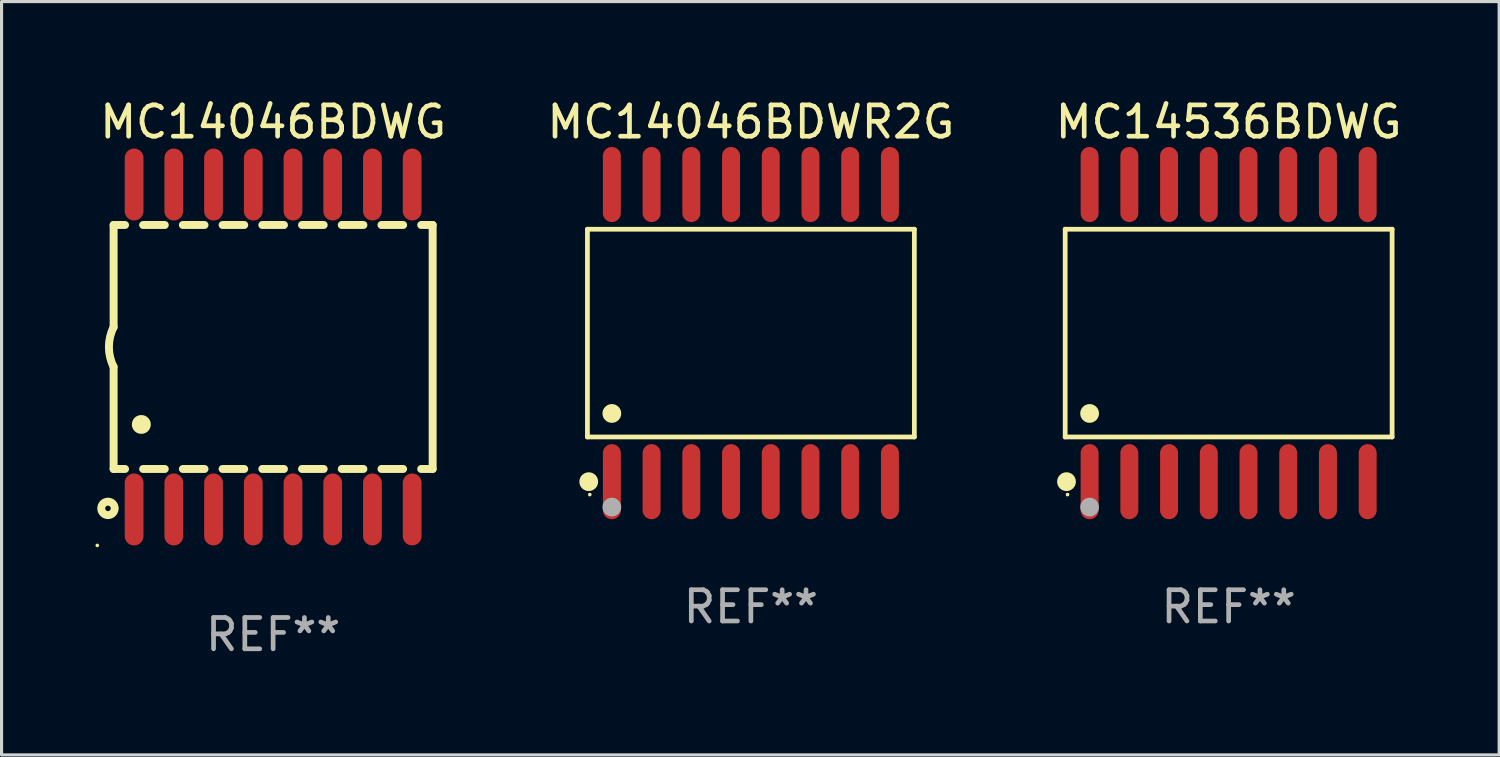
<source format=kicad_pcb>
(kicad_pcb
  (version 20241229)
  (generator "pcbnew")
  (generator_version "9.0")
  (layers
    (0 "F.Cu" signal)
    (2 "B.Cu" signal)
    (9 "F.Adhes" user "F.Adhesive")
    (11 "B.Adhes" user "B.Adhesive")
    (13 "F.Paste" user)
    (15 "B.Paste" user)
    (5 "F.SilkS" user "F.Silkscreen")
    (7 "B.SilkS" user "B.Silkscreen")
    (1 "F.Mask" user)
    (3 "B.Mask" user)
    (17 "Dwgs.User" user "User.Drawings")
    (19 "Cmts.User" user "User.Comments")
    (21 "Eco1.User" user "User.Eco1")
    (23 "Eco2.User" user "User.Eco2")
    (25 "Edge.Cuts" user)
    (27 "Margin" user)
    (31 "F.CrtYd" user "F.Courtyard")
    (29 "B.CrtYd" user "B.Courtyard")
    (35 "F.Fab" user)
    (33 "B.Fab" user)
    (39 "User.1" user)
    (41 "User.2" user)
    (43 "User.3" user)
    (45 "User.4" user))
  (footprint "MC14046BDWR2G"
    (layer "F.Cu")
    (at 20.956 7.599)
    (property "Reference" "MC14046BDWR2G" (at 0 -6.75 0) (layer "F.SilkS") (effects (font (size 1 1) (thickness 0.15))))
    (attr through_hole)
    (fp_line (start -5.226 -3.321) (end 5.226 -3.321) (stroke (width 0.152) (type solid)) (layer "F.SilkS"))
    (fp_line (start -5.226 3.321) (end -5.226 -3.321) (stroke (width 0.152) (type solid)) (layer "F.SilkS"))
    (fp_line (start 5.226 -3.321) (end 5.226 3.321) (stroke (width 0.152) (type solid)) (layer "F.SilkS"))
    (fp_line (start 5.226 3.321) (end -5.226 3.321) (stroke (width 0.152) (type solid)) (layer "F.SilkS"))
    (fp_circle (center -5.184 4.75) (end -5.034 4.75) (stroke (width 0.3) (type solid)) (fill no) (layer "F.SilkS"))
    (fp_circle (center -5.15 5.163) (end -5.12 5.163) (stroke (width 0.06) (type solid)) (fill no) (layer "F.SilkS"))
    (fp_circle (center -4.445 2.569) (end -4.295 2.569) (stroke (width 0.3) (type solid)) (fill no) (layer "F.SilkS"))
    (fp_circle (center -4.445 5.563) (end -4.295 5.563) (stroke (width 0.3) (type solid)) (fill no) (layer "F.Fab"))
    (fp_text user "REF**" (at 0 8.75 0) (layer "F.Fab") (effects (font (size 1 1) (thickness 0.15))))
    (pad "1" smd oval (at -4.445 4.75) (size 0.574 2.401) (layers "F.Cu" "F.Mask" "F.Paste"))
    (pad "2" smd oval (at -3.175 4.75) (size 0.574 2.401) (layers "F.Cu" "F.Mask" "F.Paste"))
    (pad "3" smd oval (at -1.905 4.75) (size 0.574 2.401) (layers "F.Cu" "F.Mask" "F.Paste"))
    (pad "4" smd oval (at -0.635 4.75) (size 0.574 2.401) (layers "F.Cu" "F.Mask" "F.Paste"))
    (pad "5" smd oval (at 0.635 4.75) (size 0.574 2.401) (layers "F.Cu" "F.Mask" "F.Paste"))
    (pad "6" smd oval (at 1.905 4.75) (size 0.574 2.401) (layers "F.Cu" "F.Mask" "F.Paste"))
    (pad "7" smd oval (at 3.175 4.75) (size 0.574 2.401) (layers "F.Cu" "F.Mask" "F.Paste"))
    (pad "8" smd oval (at 4.445 4.75) (size 0.574 2.401) (layers "F.Cu" "F.Mask" "F.Paste"))
    (pad "9" smd oval (at 4.445 -4.75) (size 0.574 2.401) (layers "F.Cu" "F.Mask" "F.Paste"))
    (pad "10" smd oval (at 3.175 -4.75) (size 0.574 2.401) (layers "F.Cu" "F.Mask" "F.Paste"))
    (pad "11" smd oval (at 1.905 -4.75) (size 0.574 2.401) (layers "F.Cu" "F.Mask" "F.Paste"))
    (pad "12" smd oval (at 0.635 -4.75) (size 0.574 2.401) (layers "F.Cu" "F.Mask" "F.Paste"))
    (pad "13" smd oval (at -0.635 -4.75) (size 0.574 2.401) (layers "F.Cu" "F.Mask" "F.Paste"))
    (pad "14" smd oval (at -1.905 -4.75) (size 0.574 2.401) (layers "F.Cu" "F.Mask" "F.Paste"))
    (pad "15" smd oval (at -3.175 -4.75) (size 0.574 2.401) (layers "F.Cu" "F.Mask" "F.Paste"))
    (pad "16" smd oval (at -4.445 -4.75) (size 0.574 2.401) (layers "F.Cu" "F.Mask" "F.Paste")))
  (footprint "MC14536BDWG"
    (layer "F.Cu")
    (at 36.23 7.599)
    (property "Reference" "MC14536BDWG" (at 0 -6.75 0) (layer "F.SilkS") (effects (font (size 1 1) (thickness 0.15))))
    (attr through_hole)
    (fp_line (start -5.226 -3.321) (end 5.226 -3.321) (stroke (width 0.152) (type solid)) (layer "F.SilkS"))
    (fp_line (start -5.226 3.321) (end -5.226 -3.321) (stroke (width 0.152) (type solid)) (layer "F.SilkS"))
    (fp_line (start 5.226 -3.321) (end 5.226 3.321) (stroke (width 0.152) (type solid)) (layer "F.SilkS"))
    (fp_line (start 5.226 3.321) (end -5.226 3.321) (stroke (width 0.152) (type solid)) (layer "F.SilkS"))
    (fp_circle (center -5.184 4.75) (end -5.034 4.75) (stroke (width 0.3) (type solid)) (fill no) (layer "F.SilkS"))
    (fp_circle (center -5.15 5.163) (end -5.12 5.163) (stroke (width 0.06) (type solid)) (fill no) (layer "F.SilkS"))
    (fp_circle (center -4.445 2.569) (end -4.295 2.569) (stroke (width 0.3) (type solid)) (fill no) (layer "F.SilkS"))
    (fp_circle (center -4.445 5.563) (end -4.295 5.563) (stroke (width 0.3) (type solid)) (fill no) (layer "F.Fab"))
    (fp_text user "REF**" (at 0 8.75 0) (layer "F.Fab") (effects (font (size 1 1) (thickness 0.15))))
    (pad "1" smd oval (at -4.445 4.75) (size 0.574 2.401) (layers "F.Cu" "F.Mask" "F.Paste"))
    (pad "2" smd oval (at -3.175 4.75) (size 0.574 2.401) (layers "F.Cu" "F.Mask" "F.Paste"))
    (pad "3" smd oval (at -1.905 4.75) (size 0.574 2.401) (layers "F.Cu" "F.Mask" "F.Paste"))
    (pad "4" smd oval (at -0.635 4.75) (size 0.574 2.401) (layers "F.Cu" "F.Mask" "F.Paste"))
    (pad "5" smd oval (at 0.635 4.75) (size 0.574 2.401) (layers "F.Cu" "F.Mask" "F.Paste"))
    (pad "6" smd oval (at 1.905 4.75) (size 0.574 2.401) (layers "F.Cu" "F.Mask" "F.Paste"))
    (pad "7" smd oval (at 3.175 4.75) (size 0.574 2.401) (layers "F.Cu" "F.Mask" "F.Paste"))
    (pad "8" smd oval (at 4.445 4.75) (size 0.574 2.401) (layers "F.Cu" "F.Mask" "F.Paste"))
    (pad "9" smd oval (at 4.445 -4.75) (size 0.574 2.401) (layers "F.Cu" "F.Mask" "F.Paste"))
    (pad "10" smd oval (at 3.175 -4.75) (size 0.574 2.401) (layers "F.Cu" "F.Mask" "F.Paste"))
    (pad "11" smd oval (at 1.905 -4.75) (size 0.574 2.401) (layers "F.Cu" "F.Mask" "F.Paste"))
    (pad "12" smd oval (at 0.635 -4.75) (size 0.574 2.401) (layers "F.Cu" "F.Mask" "F.Paste"))
    (pad "13" smd oval (at -0.635 -4.75) (size 0.574 2.401) (layers "F.Cu" "F.Mask" "F.Paste"))
    (pad "14" smd oval (at -1.905 -4.75) (size 0.574 2.401) (layers "F.Cu" "F.Mask" "F.Paste"))
    (pad "15" smd oval (at -3.175 -4.75) (size 0.574 2.401) (layers "F.Cu" "F.Mask" "F.Paste"))
    (pad "16" smd oval (at -4.445 -4.75) (size 0.574 2.401) (layers "F.Cu" "F.Mask" "F.Paste")))
  (footprint "MC14046BDWG"
    (layer "F.Cu")
    (at 5.682 8.043)
    (property "Reference" "MC14046BDWG" (at 0 -7.194 0) (layer "F.SilkS") (effects (font (size 1 1) (thickness 0.15))))
    (attr through_hole)
    (fp_line (start -5.1 -3.9) (end -5.1 -0.635) (stroke (width 0.254) (type solid)) (layer "F.SilkS"))
    (fp_line (start -5.1 -3.9) (end -4.734 -3.9) (stroke (width 0.254) (type solid)) (layer "F.SilkS"))
    (fp_line (start -5.1 3.9) (end -5.1 0.635) (stroke (width 0.254) (type solid)) (layer "F.SilkS"))
    (fp_line (start -5.1 3.9) (end -4.734 3.9) (stroke (width 0.254) (type solid)) (layer "F.SilkS"))
    (fp_line (start -4.156 -3.9) (end -3.464 -3.9) (stroke (width 0.254) (type solid)) (layer "F.SilkS"))
    (fp_line (start -4.156 3.9) (end -3.464 3.9) (stroke (width 0.254) (type solid)) (layer "F.SilkS"))
    (fp_line (start -2.886 -3.9) (end -2.194 -3.9) (stroke (width 0.254) (type solid)) (layer "F.SilkS"))
    (fp_line (start -2.886 3.9) (end -2.194 3.9) (stroke (width 0.254) (type solid)) (layer "F.SilkS"))
    (fp_line (start -1.616 -3.9) (end -0.924 -3.9) (stroke (width 0.254) (type solid)) (layer "F.SilkS"))
    (fp_line (start -1.616 3.9) (end -0.924 3.9) (stroke (width 0.254) (type solid)) (layer "F.SilkS"))
    (fp_line (start -0.346 -3.9) (end 0.346 -3.9) (stroke (width 0.254) (type solid)) (layer "F.SilkS"))
    (fp_line (start -0.346 3.9) (end 0.346 3.9) (stroke (width 0.254) (type solid)) (layer "F.SilkS"))
    (fp_line (start 0.924 -3.9) (end 1.616 -3.9) (stroke (width 0.254) (type solid)) (layer "F.SilkS"))
    (fp_line (start 0.924 3.9) (end 1.616 3.9) (stroke (width 0.254) (type solid)) (layer "F.SilkS"))
    (fp_line (start 2.194 -3.9) (end 2.886 -3.9) (stroke (width 0.254) (type solid)) (layer "F.SilkS"))
    (fp_line (start 2.194 3.9) (end 2.886 3.9) (stroke (width 0.254) (type solid)) (layer "F.SilkS"))
    (fp_line (start 3.464 -3.9) (end 4.156 -3.9) (stroke (width 0.254) (type solid)) (layer "F.SilkS"))
    (fp_line (start 3.464 3.9) (end 4.156 3.9) (stroke (width 0.254) (type solid)) (layer "F.SilkS"))
    (fp_line (start 4.734 -3.9) (end 5.1 -3.9) (stroke (width 0.254) (type solid)) (layer "F.SilkS"))
    (fp_line (start 4.734 3.9) (end 5.1 3.9) (stroke (width 0.254) (type solid)) (layer "F.SilkS"))
    (fp_line (start 5.1 3.9) (end 5.1 -3.9) (stroke (width 0.254) (type solid)) (layer "F.SilkS"))
    (fp_arc (start -5.100343 0.635002) (mid -5.25016 -0.00003) (end -5.100089 -0.635001) (stroke (width 0.254001) (type solid)) (layer "F.SilkS"))
    (fp_arc (start -4.216421 2.476505) (mid -4.213881 2.476494) (end -4.211341 2.476505) (stroke (width 0.6) (type solid)) (layer "F.SilkS"))
    (fp_circle (center -5.622 6.344) (end -5.592 6.344) (stroke (width 0.06) (type solid)) (fill no) (layer "F.SilkS"))
    (fp_circle (center -5.28 5.16) (end -5.065 5.16) (stroke (width 0.254) (type solid)) (fill no) (layer "F.SilkS"))
    (fp_text user "REF**" (at 0 9.194 0) (layer "F.Fab") (effects (font (size 1 1) (thickness 0.15))))
    (pad "1" smd oval (at -4.445 5.194 180) (size 0.6 2.3) (layers "F.Cu" "F.Mask" "F.Paste"))
    (pad "2" smd oval (at -3.175 5.194 180) (size 0.6 2.3) (layers "F.Cu" "F.Mask" "F.Paste"))
    (pad "3" smd oval (at -1.905 5.194 180) (size 0.6 2.3) (layers "F.Cu" "F.Mask" "F.Paste"))
    (pad "4" smd oval (at -0.635 5.194 180) (size 0.6 2.3) (layers "F.Cu" "F.Mask" "F.Paste"))
    (pad "5" smd oval (at 0.635 5.194 180) (size 0.6 2.3) (layers "F.Cu" "F.Mask" "F.Paste"))
    (pad "6" smd oval (at 1.905 5.194 180) (size 0.6 2.3) (layers "F.Cu" "F.Mask" "F.Paste"))
    (pad "7" smd oval (at 3.175 5.194 180) (size 0.6 2.3) (layers "F.Cu" "F.Mask" "F.Paste"))
    (pad "8" smd oval (at 4.445 5.194 180) (size 0.6 2.3) (layers "F.Cu" "F.Mask" "F.Paste"))
    (pad "9" smd oval (at 4.445 -5.194 180) (size 0.6 2.3) (layers "F.Cu" "F.Mask" "F.Paste"))
    (pad "10" smd oval (at 3.175 -5.194 180) (size 0.6 2.3) (layers "F.Cu" "F.Mask" "F.Paste"))
    (pad "11" smd oval (at 1.905 -5.194 180) (size 0.6 2.3) (layers "F.Cu" "F.Mask" "F.Paste"))
    (pad "12" smd oval (at 0.635 -5.194 180) (size 0.6 2.3) (layers "F.Cu" "F.Mask" "F.Paste"))
    (pad "13" smd oval (at -0.635 -5.194 180) (size 0.6 2.3) (layers "F.Cu" "F.Mask" "F.Paste"))
    (pad "14" smd oval (at -1.905 -5.194 180) (size 0.6 2.3) (layers "F.Cu" "F.Mask" "F.Paste"))
    (pad "15" smd oval (at -3.175 -5.194 180) (size 0.6 2.3) (layers "F.Cu" "F.Mask" "F.Paste"))
    (pad "16" smd oval (at -4.445 -5.194 180) (size 0.6 2.3) (layers "F.Cu" "F.Mask" "F.Paste")))
  (gr_rect
    (start -3 -3)
    (end 44.878 21.085)
    (stroke (width 0.1) (type default))
    (fill no)
    (layer "Edge.Cuts")))
</source>
